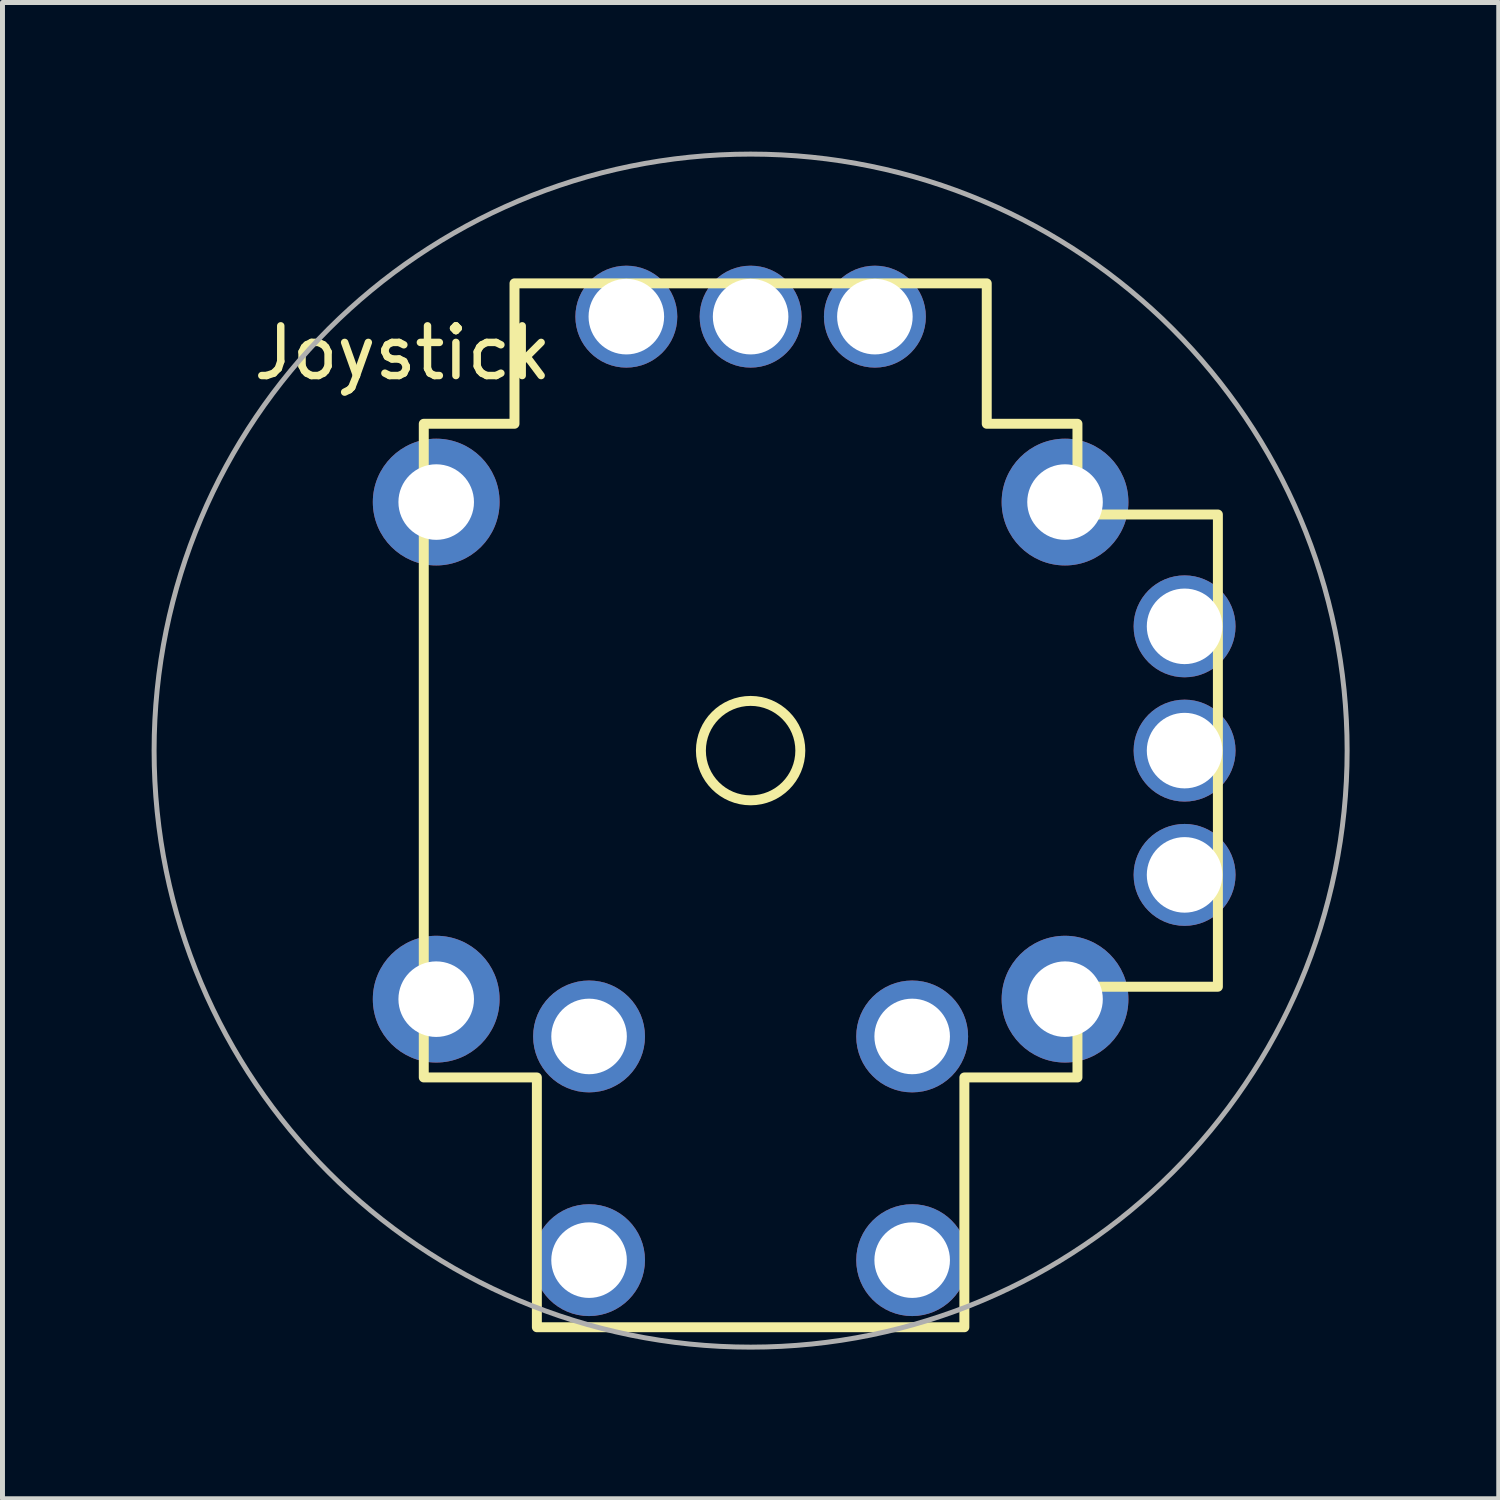
<source format=kicad_pcb>
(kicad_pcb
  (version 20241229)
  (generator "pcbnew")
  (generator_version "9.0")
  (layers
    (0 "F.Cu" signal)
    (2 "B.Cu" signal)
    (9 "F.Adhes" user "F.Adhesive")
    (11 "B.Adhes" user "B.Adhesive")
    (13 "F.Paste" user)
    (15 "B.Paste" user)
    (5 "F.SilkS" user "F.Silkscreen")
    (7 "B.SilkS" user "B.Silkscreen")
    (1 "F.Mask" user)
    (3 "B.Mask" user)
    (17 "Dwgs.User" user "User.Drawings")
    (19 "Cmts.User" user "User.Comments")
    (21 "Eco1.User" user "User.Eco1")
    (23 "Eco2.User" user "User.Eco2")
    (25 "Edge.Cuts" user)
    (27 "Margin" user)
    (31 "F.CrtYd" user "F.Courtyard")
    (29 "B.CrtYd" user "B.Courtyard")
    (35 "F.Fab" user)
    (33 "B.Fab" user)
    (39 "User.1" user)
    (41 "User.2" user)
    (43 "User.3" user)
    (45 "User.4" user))
  (footprint "Joystick"
    (layer "F.Cu")
    (at 12.05 12.05)
    (property "Reference" "Joystick" (at -7 -8 0) (unlocked yes) (layer "F.SilkS") (effects (font (size 1 1) (thickness 0.15))))
    (attr through_hole)
    (fp_circle (center 0 0) (end 1 0) (stroke (width 0.2) (type default)) (fill no) (layer "F.SilkS"))
    (fp_poly (pts (xy -4.75 -9.4) (xy 4.75 -9.4) (xy 4.75 -6.575) (xy 6.575 -6.575) (xy 6.575 -4.75) (xy 9.4 -4.75) (xy 9.4 4.75) (xy 6.575 4.75) (xy 6.575 6.575) (xy 4.3 6.575) (xy 4.3 11.6) (xy -4.3 11.6) (xy -4.3 6.575) (xy -6.575 6.575) (xy -6.575 -6.575) (xy -4.75 -6.575)) (stroke (width 0.2) (type solid)) (fill no) (layer "F.SilkS"))
    (fp_circle (center 0 0) (end 12 0) (stroke (width 0.1) (type default)) (fill no) (layer "F.Fab"))
    (pad "" thru_hole circle (at -6.325 -5) (size 2.55 2.55) (drill 1.52) (layers "*.Cu" "*.Mask"))
    (pad "" thru_hole circle (at -6.325 5) (size 2.55 2.55) (drill 1.52) (layers "*.Cu" "*.Mask"))
    (pad "" thru_hole circle (at 6.325 -5) (size 2.55 2.55) (drill 1.52) (layers "*.Cu" "*.Mask"))
    (pad "" thru_hole circle (at 6.325 5) (size 2.55 2.55) (drill 1.52) (layers "*.Cu" "*.Mask"))
    (pad "1" thru_hole circle (at 2.5 -8.73) (size 2.05 2.05) (drill 1.52) (layers "*.Cu" "*.Mask"))
    (pad "1'" thru_hole circle (at 8.73 2.5) (size 2.05 2.05) (drill 1.52) (layers "*.Cu" "*.Mask"))
    (pad "2" thru_hole circle (at 0 -8.73) (size 2.05 2.05) (drill 1.52) (layers "*.Cu" "*.Mask"))
    (pad "2'" thru_hole circle (at 8.73 0) (size 2.05 2.05) (drill 1.52) (layers "*.Cu" "*.Mask"))
    (pad "3" thru_hole circle (at -2.5 -8.73) (size 2.05 2.05) (drill 1.52) (layers "*.Cu" "*.Mask"))
    (pad "3'" thru_hole circle (at 8.73 -2.5) (size 2.05 2.05) (drill 1.52) (layers "*.Cu" "*.Mask"))
    (pad "a" thru_hole circle (at -3.25 5.75) (size 2.25 2.25) (drill 1.52) (layers "*.Cu" "*.Mask"))
    (pad "b" thru_hole circle (at 3.25 5.75) (size 2.25 2.25) (drill 1.52) (layers "*.Cu" "*.Mask"))
    (pad "c" thru_hole circle (at -3.25 10.25) (size 2.25 2.25) (drill 1.52) (layers "*.Cu" "*.Mask"))
    (pad "d" thru_hole circle (at 3.25 10.25) (size 2.25 2.25) (drill 1.52) (layers "*.Cu" "*.Mask")))
  (gr_rect
    (start -3 -3)
    (end 27.1 27.1)
    (stroke (width 0.1) (type default))
    (fill no)
    (layer "Edge.Cuts")))
</source>
